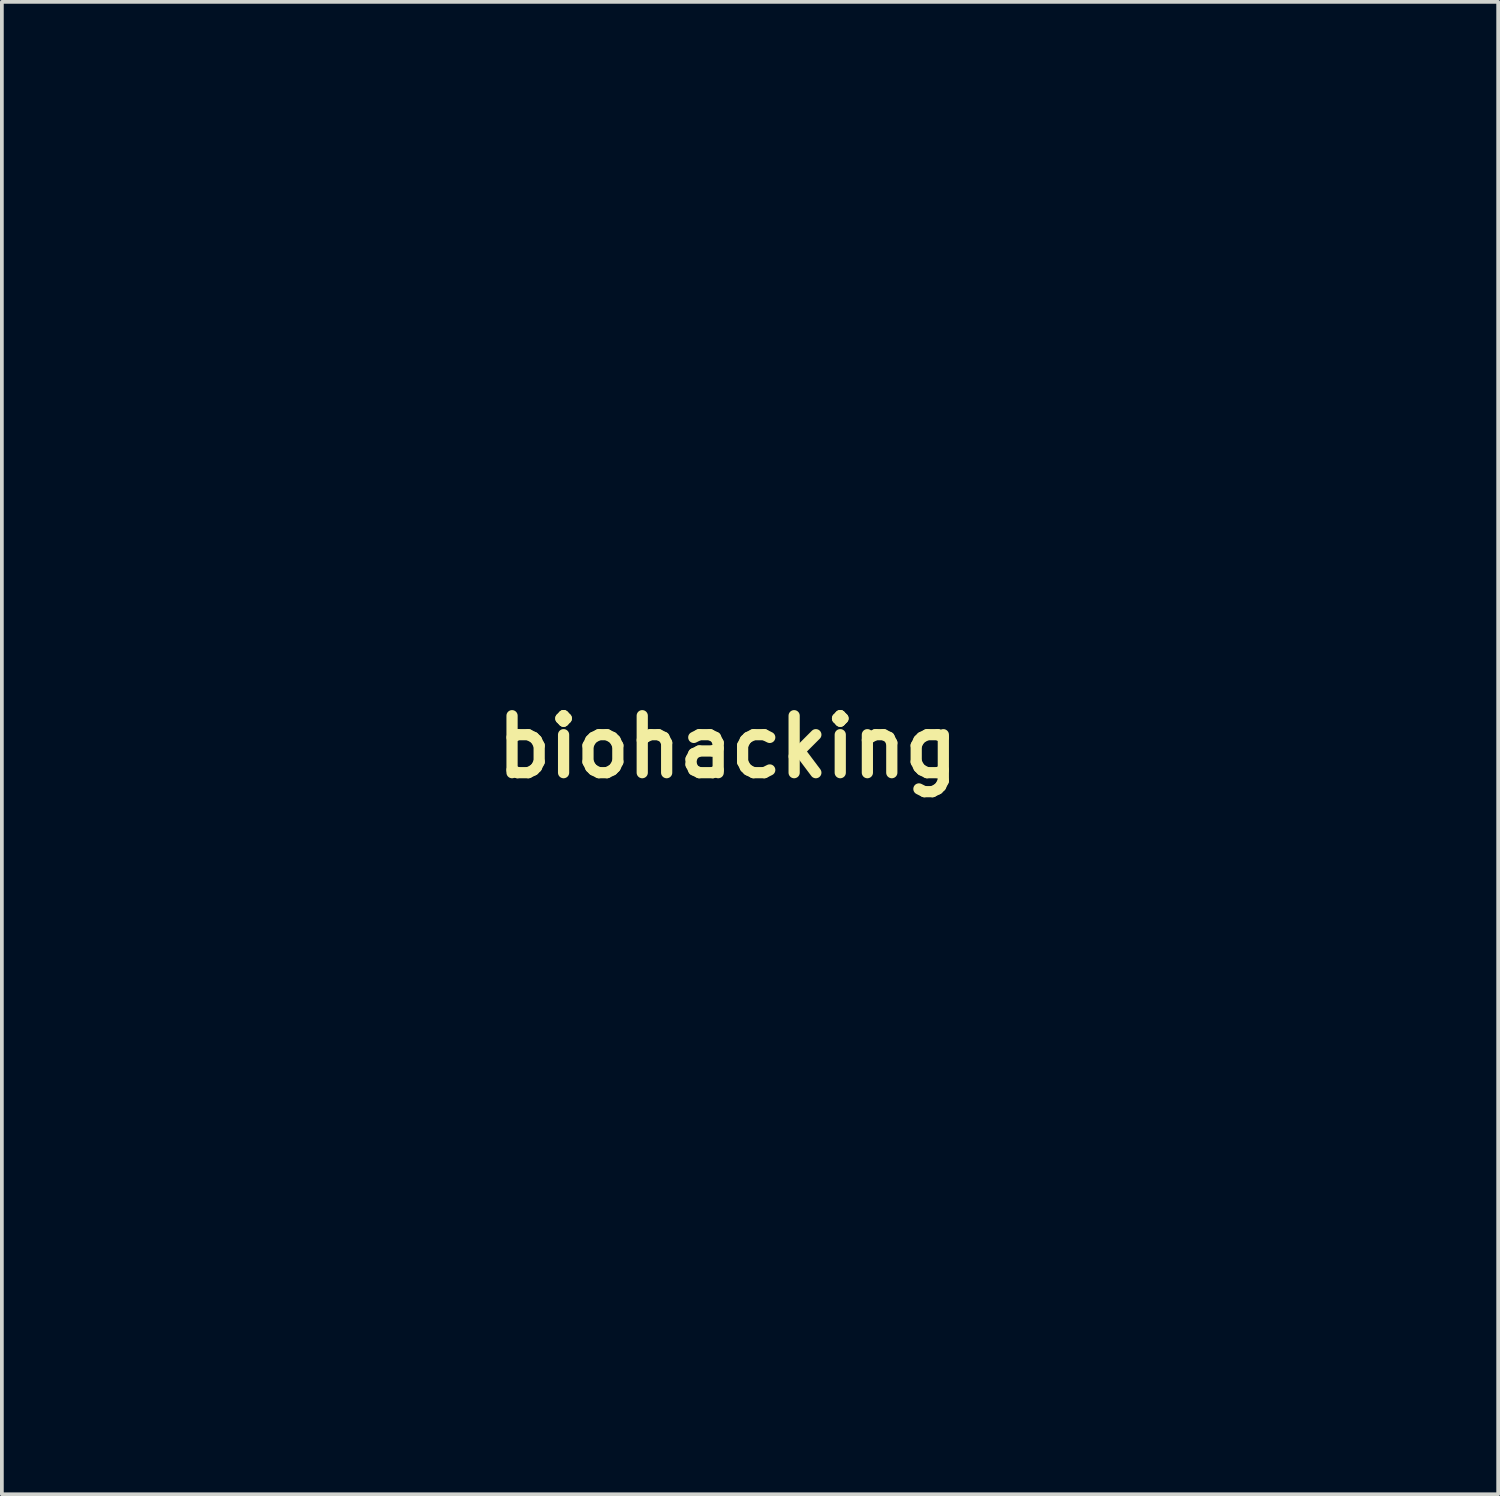
<source format=kicad_pcb>
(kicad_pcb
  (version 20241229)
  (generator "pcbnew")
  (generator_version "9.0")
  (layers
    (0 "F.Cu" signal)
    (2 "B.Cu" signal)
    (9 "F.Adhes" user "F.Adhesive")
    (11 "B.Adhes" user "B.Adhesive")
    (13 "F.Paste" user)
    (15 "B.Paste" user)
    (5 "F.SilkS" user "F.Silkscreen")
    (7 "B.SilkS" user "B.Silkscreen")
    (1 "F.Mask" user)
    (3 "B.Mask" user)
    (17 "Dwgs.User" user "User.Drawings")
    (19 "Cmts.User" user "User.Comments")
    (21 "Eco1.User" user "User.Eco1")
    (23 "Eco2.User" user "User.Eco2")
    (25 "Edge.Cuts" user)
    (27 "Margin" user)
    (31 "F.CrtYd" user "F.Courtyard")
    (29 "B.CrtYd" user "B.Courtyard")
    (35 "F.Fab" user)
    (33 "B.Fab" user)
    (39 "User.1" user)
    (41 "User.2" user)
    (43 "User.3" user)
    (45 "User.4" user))
  (footprint "biohacking"
    (layer "F.Cu")
    (at 16.419 16.933)
    (property "Reference" "biohacking" (at 0 0 0) (layer "F.SilkS") (effects (font (size 1.524 1.524) (thickness 0.3))))
    (attr through_hole)
    (fp_poly (pts (xy -12.578 4.315) (xy -12.534 4.397) (xy -12.531 4.443) (xy -12.606 4.507) (xy -12.806 4.606) (xy -13.094 4.727) (xy -13.433 4.856) (xy -13.787 4.981) (xy -14.117 5.087) (xy -14.386 5.162) (xy -14.559 5.192) (xy -14.599 5.185) (xy -14.642 5.067) (xy -14.647 5) (xy -14.595 4.919) (xy -14.428 4.822) (xy -14.129 4.7) (xy -13.682 4.545) (xy -13.674 4.543) (xy -13.219 4.398) (xy -12.899 4.313) (xy -12.693 4.286) (xy -12.578 4.315)) (stroke (width 0.01) (type solid)) (fill yes) (layer "F.Mask"))
    (fp_poly (pts (xy -7.686 11.149) (xy -7.639 11.197) (xy -7.63 11.289) (xy -7.705 11.461) (xy -7.872 11.729) (xy -8.14 12.107) (xy -8.414 12.481) (xy -8.606 12.737) (xy -8.735 12.895) (xy -8.821 12.972) (xy -8.884 12.987) (xy -8.942 12.958) (xy -8.994 12.919) (xy -9.047 12.863) (xy -9.053 12.785) (xy -8.999 12.661) (xy -8.875 12.466) (xy -8.666 12.177) (xy -8.498 11.951) (xy -8.251 11.626) (xy -8.037 11.358) (xy -7.877 11.171) (xy -7.794 11.092) (xy -7.791 11.091) (xy -7.686 11.149)) (stroke (width 0.01) (type solid)) (fill yes) (layer "F.Mask"))
    (fp_poly (pts (xy 10.096 -12.76) (xy 10.109 -12.695) (xy 10.06 -12.586) (xy 9.933 -12.382) (xy 9.755 -12.116) (xy 9.547 -11.82) (xy 9.334 -11.528) (xy 9.14 -11.274) (xy 8.989 -11.089) (xy 8.904 -11.009) (xy 8.899 -11.008) (xy 8.79 -11.049) (xy 8.732 -11.083) (xy 8.68 -11.12) (xy 8.66 -11.167) (xy 8.684 -11.248) (xy 8.764 -11.384) (xy 8.912 -11.598) (xy 9.141 -11.914) (xy 9.305 -12.138) (xy 9.596 -12.514) (xy 9.815 -12.753) (xy 9.957 -12.848) (xy 9.982 -12.849) (xy 10.096 -12.76)) (stroke (width 0.01) (type solid)) (fill yes) (layer "F.Mask"))
    (fp_poly (pts (xy 14.683 1.79) (xy 14.952 1.82) (xy 15.285 1.864) (xy 15.642 1.915) (xy 15.981 1.967) (xy 16.262 2.014) (xy 16.442 2.05) (xy 16.486 2.065) (xy 16.484 2.156) (xy 16.461 2.232) (xy 16.331 2.341) (xy 16.067 2.35) (xy 15.917 2.323) (xy 15.779 2.3) (xy 15.52 2.262) (xy 15.187 2.216) (xy 15.05 2.197) (xy 14.69 2.145) (xy 14.468 2.097) (xy 14.352 2.042) (xy 14.311 1.97) (xy 14.309 1.939) (xy 14.363 1.811) (xy 14.521 1.778) (xy 14.683 1.79)) (stroke (width 0.01) (type solid)) (fill yes) (layer "F.Mask"))
    (fp_poly (pts (xy 15.736 -5.095) (xy 15.771 -4.999) (xy 15.772 -4.922) (xy 15.714 -4.851) (xy 15.571 -4.773) (xy 15.319 -4.674) (xy 14.933 -4.542) (xy 14.871 -4.521) (xy 14.492 -4.395) (xy 14.168 -4.287) (xy 13.936 -4.209) (xy 13.833 -4.174) (xy 13.741 -4.215) (xy 13.691 -4.318) (xy 13.693 -4.476) (xy 13.744 -4.535) (xy 13.944 -4.605) (xy 14.232 -4.703) (xy 14.57 -4.816) (xy 14.92 -4.931) (xy 15.241 -5.035) (xy 15.497 -5.115) (xy 15.647 -5.16) (xy 15.67 -5.165) (xy 15.736 -5.095)) (stroke (width 0.01) (type solid)) (fill yes) (layer "F.Mask"))
    (fp_poly (pts (xy -15.13 -2.331) (xy -14.921 -2.303) (xy -14.623 -2.261) (xy -14.275 -2.21) (xy -13.916 -2.158) (xy -13.586 -2.108) (xy -13.323 -2.068) (xy -13.168 -2.043) (xy -13.145 -2.038) (xy -13.127 -1.961) (xy -13.123 -1.863) (xy -13.131 -1.784) (xy -13.169 -1.733) (xy -13.263 -1.711) (xy -13.437 -1.716) (xy -13.717 -1.749) (xy -14.127 -1.81) (xy -14.393 -1.851) (xy -14.789 -1.916) (xy -15.045 -1.968) (xy -15.189 -2.017) (xy -15.249 -2.075) (xy -15.254 -2.15) (xy -15.253 -2.159) (xy -15.224 -2.302) (xy -15.211 -2.339) (xy -15.13 -2.331)) (stroke (width 0.01) (type solid)) (fill yes) (layer "F.Mask"))
    (fp_poly (pts (xy -12.818 -3.431) (xy -12.815 -3.323) (xy -12.861 -3.136) (xy -12.912 -2.9) (xy -12.965 -2.716) (xy -13.019 -2.634) (xy -13.024 -2.634) (xy -13.124 -2.655) (xy -13.355 -2.708) (xy -13.681 -2.784) (xy -14.055 -2.873) (xy -14.475 -2.975) (xy -14.757 -3.056) (xy -14.929 -3.125) (xy -15.019 -3.195) (xy -15.054 -3.277) (xy -15.055 -3.287) (xy -15.068 -3.376) (xy -15.056 -3.432) (xy -14.993 -3.453) (xy -14.854 -3.44) (xy -14.61 -3.391) (xy -14.236 -3.307) (xy -14.082 -3.272) (xy -13.219 -3.075) (xy -13.17 -3.273) (xy -13.063 -3.439) (xy -12.947 -3.471) (xy -12.818 -3.431)) (stroke (width 0.01) (type solid)) (fill yes) (layer "F.Mask"))
    (fp_poly (pts (xy -14.533 -4.782) (xy -14.299 -4.732) (xy -13.983 -4.643) (xy -13.746 -4.568) (xy -13.365 -4.446) (xy -13.112 -4.379) (xy -12.96 -4.363) (xy -12.879 -4.392) (xy -12.861 -4.414) (xy -12.794 -4.575) (xy -12.786 -4.628) (xy -12.718 -4.689) (xy -12.615 -4.681) (xy -12.502 -4.646) (xy -12.458 -4.589) (xy -12.475 -4.462) (xy -12.544 -4.222) (xy -12.601 -4.061) (xy -12.674 -3.959) (xy -12.791 -3.916) (xy -12.978 -3.931) (xy -13.26 -4.005) (xy -13.665 -4.137) (xy -13.864 -4.205) (xy -14.304 -4.367) (xy -14.587 -4.502) (xy -14.723 -4.618) (xy -14.721 -4.72) (xy -14.645 -4.785) (xy -14.533 -4.782)) (stroke (width 0.01) (type solid)) (fill yes) (layer "F.Mask"))
    (fp_poly (pts (xy 14.041 3.936) (xy 14.176 3.982) (xy 14.432 4.064) (xy 14.77 4.169) (xy 15.048 4.255) (xy 15.456 4.387) (xy 15.721 4.49) (xy 15.867 4.578) (xy 15.917 4.659) (xy 15.917 4.669) (xy 15.886 4.813) (xy 15.854 4.85) (xy 15.752 4.84) (xy 15.525 4.786) (xy 15.209 4.697) (xy 14.922 4.609) (xy 14.539 4.49) (xy 14.289 4.421) (xy 14.143 4.397) (xy 14.075 4.416) (xy 14.055 4.473) (xy 14.055 4.491) (xy 13.994 4.671) (xy 13.839 4.729) (xy 13.758 4.711) (xy 13.694 4.659) (xy 13.691 4.548) (xy 13.752 4.334) (xy 13.772 4.274) (xy 13.87 4.034) (xy 13.96 3.934) (xy 14.041 3.936)) (stroke (width 0.01) (type solid)) (fill yes) (layer "F.Mask"))
    (fp_poly (pts (xy 14.259 2.741) (xy 14.481 2.777) (xy 14.805 2.838) (xy 15.197 2.918) (xy 15.259 2.931) (xy 15.697 3.026) (xy 15.994 3.1) (xy 16.174 3.161) (xy 16.262 3.218) (xy 16.283 3.281) (xy 16.278 3.313) (xy 16.241 3.401) (xy 16.168 3.449) (xy 16.029 3.456) (xy 15.797 3.423) (xy 15.442 3.348) (xy 15.24 3.302) (xy 14.863 3.215) (xy 14.62 3.165) (xy 14.481 3.151) (xy 14.414 3.175) (xy 14.39 3.236) (xy 14.378 3.322) (xy 14.293 3.486) (xy 14.19 3.543) (xy 14.096 3.544) (xy 14.059 3.476) (xy 14.068 3.297) (xy 14.085 3.169) (xy 14.123 2.927) (xy 14.157 2.768) (xy 14.169 2.736) (xy 14.259 2.741)) (stroke (width 0.01) (type solid)) (fill yes) (layer "F.Mask"))
    (fp_poly (pts (xy 7.913 11.882) (xy 8.003 11.971) (xy 8.168 12.206) (xy 8.409 12.588) (xy 8.726 13.118) (xy 8.838 13.309) (xy 9.07 13.707) (xy 8.729 13.881) (xy 8.489 14) (xy 8.355 14.043) (xy 8.285 14.012) (xy 8.237 13.912) (xy 8.237 13.912) (xy 8.227 13.779) (xy 8.261 13.741) (xy 8.461 13.643) (xy 8.508 13.522) (xy 8.425 13.347) (xy 8.298 13.199) (xy 8.177 13.186) (xy 8.128 13.208) (xy 7.972 13.233) (xy 7.854 13.166) (xy 7.813 13.055) (xy 7.891 12.946) (xy 7.899 12.942) (xy 8.008 12.857) (xy 8.029 12.748) (xy 7.958 12.573) (xy 7.824 12.348) (xy 7.697 12.127) (xy 7.666 11.998) (xy 7.718 11.928) (xy 7.865 11.878) (xy 7.913 11.882)) (stroke (width 0.01) (type solid)) (fill yes) (layer "F.Mask"))
    (fp_poly (pts (xy -7.029 -13.929) (xy -6.947 -13.804) (xy -7.014 -13.651) (xy -7.087 -13.586) (xy -7.182 -13.483) (xy -7.167 -13.345) (xy -7.131 -13.258) (xy -7.025 -13.1) (xy -6.88 -13.075) (xy -6.826 -13.086) (xy -6.636 -13.087) (xy -6.546 -13.002) (xy -6.585 -12.873) (xy -6.648 -12.816) (xy -6.73 -12.742) (xy -6.747 -12.655) (xy -6.692 -12.509) (xy -6.573 -12.283) (xy -6.447 -12.043) (xy -6.398 -11.907) (xy -6.421 -11.832) (xy -6.507 -11.775) (xy -6.583 -11.753) (xy -6.663 -11.786) (xy -6.764 -11.896) (xy -6.903 -12.105) (xy -7.1 -12.433) (xy -7.187 -12.583) (xy -7.386 -12.933) (xy -7.55 -13.231) (xy -7.662 -13.446) (xy -7.705 -13.547) (xy -7.705 -13.548) (xy -7.636 -13.643) (xy -7.47 -13.762) (xy -7.271 -13.87) (xy -7.099 -13.931) (xy -7.029 -13.929)) (stroke (width 0.01) (type solid)) (fill yes) (layer "F.Mask"))
    (fp_poly (pts (xy 10.925 10.837) (xy 11.686 11.642) (xy 11.39 11.917) (xy 11.182 12.081) (xy 10.999 12.18) (xy 10.94 12.192) (xy 10.822 12.131) (xy 10.625 11.967) (xy 10.377 11.725) (xy 10.177 11.51) (xy 9.928 11.225) (xy 9.728 10.982) (xy 9.601 10.812) (xy 9.567 10.747) (xy 9.58 10.722) (xy 10.045 10.722) (xy 10.11 10.854) (xy 10.277 11.06) (xy 10.458 11.255) (xy 10.726 11.529) (xy 10.906 11.691) (xy 11.02 11.756) (xy 11.092 11.74) (xy 11.12 11.705) (xy 11.084 11.618) (xy 10.957 11.44) (xy 10.761 11.202) (xy 10.663 11.092) (xy 10.408 10.82) (xy 10.235 10.667) (xy 10.124 10.618) (xy 10.068 10.641) (xy 10.045 10.722) (xy 9.58 10.722) (xy 9.621 10.643) (xy 9.759 10.468) (xy 9.866 10.349) (xy 10.165 10.033) (xy 10.925 10.837)) (stroke (width 0.01) (type solid)) (fill yes) (layer "F.Mask"))
    (fp_poly (pts (xy 16.585 0.305) (xy 16.581 0.434) (xy 16.548 0.546) (xy 16.462 0.614) (xy 16.282 0.656) (xy 16.022 0.686) (xy 15.673 0.727) (xy 15.492 0.768) (xy 15.478 0.811) (xy 15.63 0.855) (xy 15.808 0.885) (xy 16.18 0.944) (xy 16.414 0.998) (xy 16.54 1.059) (xy 16.59 1.14) (xy 16.595 1.195) (xy 16.525 1.315) (xy 16.345 1.354) (xy 16.129 1.312) (xy 16.014 1.282) (xy 15.774 1.225) (xy 15.449 1.151) (xy 15.219 1.1) (xy 14.841 1.013) (xy 14.6 0.945) (xy 14.464 0.882) (xy 14.406 0.811) (xy 14.393 0.723) (xy 14.404 0.633) (xy 14.458 0.57) (xy 14.584 0.523) (xy 14.815 0.481) (xy 15.181 0.434) (xy 15.219 0.429) (xy 15.61 0.381) (xy 15.969 0.333) (xy 16.24 0.295) (xy 16.327 0.281) (xy 16.516 0.26) (xy 16.585 0.305)) (stroke (width 0.01) (type solid)) (fill yes) (layer "F.Mask"))
    (fp_poly (pts (xy -15.155 -1.322) (xy -14.9 -1.272) (xy -14.52 -1.183) (xy -14.224 -1.112) (xy -13.803 -1.007) (xy -13.52 -0.925) (xy -13.348 -0.855) (xy -13.258 -0.784) (xy -13.225 -0.702) (xy -13.224 -0.696) (xy -13.218 -0.608) (xy -13.25 -0.543) (xy -13.344 -0.493) (xy -13.526 -0.449) (xy -13.823 -0.404) (xy -14.26 -0.348) (xy -14.301 -0.342) (xy -14.752 -0.289) (xy -15.062 -0.262) (xy -15.257 -0.262) (xy -15.362 -0.293) (xy -15.404 -0.354) (xy -15.409 -0.412) (xy -15.344 -0.53) (xy -15.142 -0.613) (xy -14.792 -0.665) (xy -14.393 -0.686) (xy -14.222 -0.693) (xy -14.168 -0.709) (xy -14.245 -0.738) (xy -14.466 -0.79) (xy -14.69 -0.837) (xy -15.031 -0.914) (xy -15.239 -0.98) (xy -15.347 -1.052) (xy -15.391 -1.146) (xy -15.394 -1.166) (xy -15.403 -1.257) (xy -15.382 -1.314) (xy -15.307 -1.336) (xy -15.155 -1.322)) (stroke (width 0.01) (type solid)) (fill yes) (layer "F.Mask"))
    (fp_poly (pts (xy -10.969 7.713) (xy -10.931 7.744) (xy -10.845 7.872) (xy -10.885 8.013) (xy -10.908 8.053) (xy -10.975 8.222) (xy -10.902 8.313) (xy -10.683 8.34) (xy -10.496 8.386) (xy -10.434 8.473) (xy -10.474 8.56) (xy -10.634 8.681) (xy -10.926 8.845) (xy -11.33 9.044) (xy -11.695 9.215) (xy -12.007 9.354) (xy -12.233 9.448) (xy -12.34 9.483) (xy -12.34 9.483) (xy -12.442 9.415) (xy -12.48 9.347) (xy -12.453 9.227) (xy -12.311 9.011) (xy -12.222 8.902) (xy -11.811 8.902) (xy -11.493 8.753) (xy -11.289 8.633) (xy -11.245 8.539) (xy -11.261 8.517) (xy -11.374 8.505) (xy -11.553 8.64) (xy -11.579 8.666) (xy -11.811 8.902) (xy -12.222 8.902) (xy -12.05 8.694) (xy -11.797 8.412) (xy -11.493 8.084) (xy -11.279 7.866) (xy -11.135 7.743) (xy -11.038 7.697) (xy -10.969 7.713)) (stroke (width 0.01) (type solid)) (fill yes) (layer "F.Mask"))
    (fp_poly (pts (xy -11.691 6.6) (xy -11.544 6.744) (xy -11.423 6.966) (xy -11.362 7.192) (xy -11.371 7.312) (xy -11.467 7.408) (xy -11.676 7.551) (xy -11.958 7.72) (xy -12.273 7.893) (xy -12.581 8.047) (xy -12.84 8.161) (xy -13.011 8.212) (xy -13.026 8.213) (xy -13.202 8.148) (xy -13.33 8.024) (xy -13.439 7.766) (xy -13.431 7.512) (xy -13.321 7.31) (xy -13.124 7.205) (xy -13.069 7.199) (xy -12.951 7.259) (xy -12.917 7.399) (xy -12.978 7.547) (xy -13.016 7.583) (xy -13.111 7.706) (xy -13.081 7.779) (xy -12.97 7.783) (xy -12.764 7.713) (xy -12.504 7.59) (xy -12.232 7.44) (xy -11.991 7.284) (xy -11.823 7.146) (xy -11.769 7.057) (xy -11.817 6.972) (xy -11.949 6.988) (xy -12.137 6.977) (xy -12.259 6.847) (xy -12.275 6.766) (xy -12.205 6.678) (xy -12.036 6.608) (xy -11.84 6.576) (xy -11.691 6.6)) (stroke (width 0.01) (type solid)) (fill yes) (layer "F.Mask"))
    (fp_poly (pts (xy -4.749 -14.774) (xy -4.71 -14.722) (xy -4.608 -14.543) (xy -4.572 -14.423) (xy -4.635 -14.318) (xy -4.773 -14.294) (xy -4.913 -14.357) (xy -4.954 -14.407) (xy -5.069 -14.504) (xy -5.144 -14.491) (xy -5.181 -14.415) (xy -5.157 -14.252) (xy -5.066 -13.979) (xy -4.971 -13.737) (xy -4.81 -13.371) (xy -4.686 -13.159) (xy -4.601 -13.106) (xy -4.597 -13.108) (xy -4.522 -13.233) (xy -4.515 -13.333) (xy -4.473 -13.48) (xy -4.351 -13.525) (xy -4.21 -13.46) (xy -4.15 -13.379) (xy -4.092 -13.131) (xy -4.192 -12.926) (xy -4.419 -12.792) (xy -4.689 -12.714) (xy -4.857 -12.718) (xy -4.969 -12.803) (xy -4.971 -12.806) (xy -5.057 -12.96) (xy -5.174 -13.222) (xy -5.303 -13.544) (xy -5.425 -13.878) (xy -5.524 -14.176) (xy -5.581 -14.389) (xy -5.588 -14.446) (xy -5.52 -14.663) (xy -5.31 -14.808) (xy -5.104 -14.867) (xy -4.893 -14.876) (xy -4.749 -14.774)) (stroke (width 0.01) (type solid)) (fill yes) (layer "F.Mask"))
    (fp_poly (pts (xy -8.244 -13.083) (xy -8.256 -12.922) (xy -8.335 -12.79) (xy -8.43 -12.644) (xy -8.396 -12.502) (xy -8.367 -12.454) (xy -8.217 -12.298) (xy -8.061 -12.309) (xy -7.983 -12.37) (xy -7.888 -12.402) (xy -7.794 -12.284) (xy -7.741 -12.138) (xy -7.807 -12.063) (xy -7.828 -12.055) (xy -7.94 -11.978) (xy -7.928 -11.86) (xy -7.805 -11.682) (xy -7.674 -11.555) (xy -7.547 -11.554) (xy -7.455 -11.597) (xy -7.296 -11.658) (xy -7.204 -11.611) (xy -7.187 -11.587) (xy -7.122 -11.462) (xy -7.114 -11.43) (xy -7.177 -11.36) (xy -7.328 -11.244) (xy -7.51 -11.121) (xy -7.665 -11.03) (xy -7.728 -11.007) (xy -7.803 -11.07) (xy -7.944 -11.235) (xy -8.109 -11.451) (xy -8.441 -11.906) (xy -8.681 -12.244) (xy -8.836 -12.488) (xy -8.912 -12.661) (xy -8.915 -12.783) (xy -8.851 -12.877) (xy -8.726 -12.966) (xy -8.557 -13.065) (xy -8.38 -13.159) (xy -8.292 -13.162) (xy -8.244 -13.083)) (stroke (width 0.01) (type solid)) (fill yes) (layer "F.Mask"))
    (fp_poly (pts (xy 6.187 12.885) (xy 6.266 12.978) (xy 6.378 13.192) (xy 6.509 13.486) (xy 6.641 13.818) (xy 6.759 14.147) (xy 6.848 14.432) (xy 6.89 14.633) (xy 6.887 14.694) (xy 6.754 14.839) (xy 6.513 14.945) (xy 6.231 14.986) (xy 6.036 14.907) (xy 5.936 14.761) (xy 5.877 14.584) (xy 5.915 14.487) (xy 5.944 14.466) (xy 6.112 14.399) (xy 6.215 14.476) (xy 6.235 14.52) (xy 6.322 14.616) (xy 6.442 14.649) (xy 6.517 14.604) (xy 6.52 14.584) (xy 6.488 14.439) (xy 6.404 14.209) (xy 6.287 13.934) (xy 6.158 13.658) (xy 6.035 13.422) (xy 5.939 13.269) (xy 5.895 13.235) (xy 5.822 13.335) (xy 5.815 13.428) (xy 5.765 13.607) (xy 5.619 13.71) (xy 5.58 13.715) (xy 5.49 13.644) (xy 5.421 13.474) (xy 5.392 13.276) (xy 5.419 13.122) (xy 5.558 13.003) (xy 5.789 12.911) (xy 6.036 12.869) (xy 6.187 12.885)) (stroke (width 0.01) (type solid)) (fill yes) (layer "F.Mask"))
    (fp_poly (pts (xy 9.056 11.155) (xy 9.198 11.325) (xy 9.389 11.568) (xy 9.603 11.852) (xy 9.817 12.144) (xy 10.006 12.411) (xy 10.146 12.62) (xy 10.211 12.735) (xy 10.177 12.859) (xy 10.027 13.024) (xy 9.967 13.072) (xy 9.757 13.226) (xy 9.639 13.28) (xy 9.573 13.241) (xy 9.53 13.148) (xy 9.548 12.977) (xy 9.643 12.873) (xy 9.755 12.773) (xy 9.754 12.685) (xy 9.651 12.547) (xy 9.509 12.416) (xy 9.376 12.416) (xy 9.326 12.439) (xy 9.164 12.478) (xy 9.056 12.399) (xy 8.999 12.281) (xy 9.082 12.175) (xy 9.106 12.157) (xy 9.207 12.066) (xy 9.205 11.971) (xy 9.116 11.821) (xy 8.996 11.655) (xy 8.898 11.611) (xy 8.753 11.667) (xy 8.706 11.692) (xy 8.535 11.74) (xy 8.436 11.685) (xy 8.408 11.592) (xy 8.498 11.461) (xy 8.633 11.338) (xy 8.821 11.19) (xy 8.957 11.102) (xy 8.986 11.091) (xy 9.056 11.155)) (stroke (width 0.01) (type solid)) (fill yes) (layer "F.Mask"))
    (fp_poly (pts (xy 15.153 -6.642) (xy 15.111 -6.513) (xy 14.93 -6.369) (xy 14.753 -6.279) (xy 14.351 -6.102) (xy 14.871 -6.099) (xy 15.184 -6.085) (xy 15.363 -6.043) (xy 15.442 -5.965) (xy 15.443 -5.962) (xy 15.48 -5.844) (xy 15.456 -5.779) (xy 15.342 -5.755) (xy 15.106 -5.763) (xy 14.922 -5.775) (xy 14.351 -5.816) (xy 13.974 -5.363) (xy 13.778 -5.138) (xy 13.621 -4.976) (xy 13.536 -4.911) (xy 13.535 -4.911) (xy 13.464 -4.98) (xy 13.417 -5.088) (xy 13.417 -5.247) (xy 13.532 -5.435) (xy 13.64 -5.554) (xy 13.795 -5.74) (xy 13.812 -5.829) (xy 13.695 -5.819) (xy 13.461 -5.715) (xy 13.287 -5.636) (xy 13.194 -5.652) (xy 13.126 -5.752) (xy 13.082 -5.896) (xy 13.102 -5.955) (xy 13.287 -6.053) (xy 13.565 -6.181) (xy 13.896 -6.323) (xy 14.244 -6.465) (xy 14.571 -6.591) (xy 14.838 -6.685) (xy 15.008 -6.734) (xy 15.045 -6.736) (xy 15.153 -6.642)) (stroke (width 0.01) (type solid)) (fill yes) (layer "F.Mask"))
    (fp_poly (pts (xy -12.307 5.127) (xy -12.312 5.304) (xy -12.412 5.503) (xy -12.485 5.585) (xy -12.655 5.768) (xy -12.683 5.862) (xy -12.57 5.863) (xy -12.389 5.799) (xy -12.173 5.723) (xy -12.056 5.73) (xy -12.009 5.777) (xy -11.961 5.921) (xy -11.965 5.963) (xy -12.044 6.015) (xy -12.242 6.117) (xy -12.523 6.253) (xy -12.851 6.406) (xy -13.189 6.559) (xy -13.502 6.695) (xy -13.752 6.799) (xy -13.903 6.854) (xy -13.927 6.858) (xy -13.974 6.792) (xy -14.003 6.724) (xy -14.042 6.602) (xy -14.019 6.523) (xy -13.901 6.447) (xy -13.695 6.353) (xy -13.335 6.193) (xy -13.777 6.187) (xy -14.061 6.168) (xy -14.225 6.11) (xy -14.306 6.017) (xy -14.376 5.869) (xy -14.393 5.812) (xy -14.316 5.797) (xy -14.112 5.795) (xy -13.822 5.807) (xy -13.78 5.809) (xy -13.166 5.849) (xy -12.827 5.423) (xy -12.64 5.208) (xy -12.486 5.064) (xy -12.404 5.024) (xy -12.307 5.127)) (stroke (width 0.01) (type solid)) (fill yes) (layer "F.Mask"))
    (fp_poly (pts (xy -3.254 -15.365) (xy -3.155 -15.272) (xy -3.065 -15.085) (xy -2.968 -14.78) (xy -2.858 -14.377) (xy -2.758 -13.977) (xy -2.707 -13.706) (xy -2.701 -13.534) (xy -2.736 -13.428) (xy -2.742 -13.419) (xy -2.874 -13.329) (xy -3.089 -13.258) (xy -3.321 -13.219) (xy -3.508 -13.224) (xy -3.578 -13.262) (xy -3.618 -13.37) (xy -3.689 -13.604) (xy -3.78 -13.927) (xy -3.857 -14.208) (xy -3.967 -14.64) (xy -4.004 -14.857) (xy -3.581 -14.857) (xy -3.565 -14.581) (xy -3.468 -14.158) (xy -3.433 -14.034) (xy -3.325 -13.72) (xy -3.229 -13.567) (xy -3.14 -13.567) (xy -3.098 -13.619) (xy -3.094 -13.734) (xy -3.134 -13.949) (xy -3.205 -14.22) (xy -3.292 -14.504) (xy -3.382 -14.756) (xy -3.462 -14.931) (xy -3.517 -14.986) (xy -3.581 -14.857) (xy -4.004 -14.857) (xy -4.018 -14.939) (xy -4.004 -15.134) (xy -3.917 -15.253) (xy -3.749 -15.325) (xy -3.551 -15.367) (xy -3.381 -15.389) (xy -3.254 -15.365)) (stroke (width 0.01) (type solid)) (fill yes) (layer "F.Mask"))
    (fp_poly (pts (xy 12.213 7.834) (xy 12.408 7.952) (xy 12.675 8.123) (xy 12.981 8.323) (xy 13.292 8.531) (xy 13.574 8.725) (xy 13.794 8.882) (xy 13.877 8.944) (xy 13.852 9.019) (xy 13.763 9.18) (xy 13.645 9.373) (xy 13.531 9.546) (xy 13.452 9.644) (xy 13.44 9.651) (xy 13.362 9.611) (xy 13.293 9.569) (xy 13.212 9.486) (xy 13.242 9.369) (xy 13.282 9.3) (xy 13.35 9.152) (xy 13.303 9.042) (xy 13.207 8.957) (xy 13.056 8.856) (xy 12.949 8.869) (xy 12.876 8.926) (xy 12.712 9.007) (xy 12.586 8.967) (xy 12.548 8.84) (xy 12.59 8.73) (xy 12.642 8.599) (xy 12.576 8.495) (xy 12.478 8.425) (xy 12.272 8.338) (xy 12.104 8.346) (xy 12.024 8.445) (xy 12.023 8.464) (xy 11.961 8.539) (xy 11.833 8.54) (xy 11.725 8.465) (xy 11.734 8.345) (xy 11.816 8.157) (xy 11.936 7.962) (xy 12.058 7.822) (xy 12.123 7.789) (xy 12.213 7.834)) (stroke (width 0.01) (type solid)) (fill yes) (layer "F.Mask"))
    (fp_poly (pts (xy -12.669 -8.02) (xy -12.562 -7.871) (xy -12.59 -7.734) (xy -12.727 -7.663) (xy -12.836 -7.672) (xy -12.998 -7.68) (xy -13.038 -7.608) (xy -12.968 -7.509) (xy -12.788 -7.373) (xy -12.541 -7.222) (xy -12.27 -7.08) (xy -12.018 -6.97) (xy -11.83 -6.914) (xy -11.754 -6.924) (xy -11.741 -7.024) (xy -11.844 -7.131) (xy -12.011 -7.212) (xy -12.193 -7.238) (xy -12.241 -7.23) (xy -12.408 -7.226) (xy -12.48 -7.268) (xy -12.485 -7.389) (xy -12.434 -7.566) (xy -12.357 -7.725) (xy -12.284 -7.789) (xy -12.19 -7.749) (xy -11.995 -7.648) (xy -11.79 -7.533) (xy -11.491 -7.323) (xy -11.351 -7.115) (xy -11.361 -6.882) (xy -11.482 -6.643) (xy -11.607 -6.506) (xy -11.765 -6.456) (xy -11.982 -6.498) (xy -12.286 -6.637) (xy -12.581 -6.802) (xy -12.995 -7.052) (xy -13.271 -7.247) (xy -13.424 -7.407) (xy -13.469 -7.556) (xy -13.418 -7.715) (xy -13.287 -7.905) (xy -13.071 -8.091) (xy -12.843 -8.109) (xy -12.669 -8.02)) (stroke (width 0.01) (type solid)) (fill yes) (layer "F.Mask"))
    (fp_poly (pts (xy -12.029 -9.49) (xy -11.957 -9.412) (xy -11.988 -9.297) (xy -12.043 -9.208) (xy -12.123 -9.063) (xy -12.098 -8.97) (xy -11.945 -8.865) (xy -11.93 -8.856) (xy -11.759 -8.766) (xy -11.674 -8.769) (xy -11.632 -8.842) (xy -11.553 -8.96) (xy -11.428 -8.94) (xy -11.358 -8.899) (xy -11.287 -8.798) (xy -11.333 -8.66) (xy -11.37 -8.529) (xy -11.3 -8.412) (xy -11.175 -8.31) (xy -11.009 -8.194) (xy -10.923 -8.177) (xy -10.859 -8.257) (xy -10.837 -8.297) (xy -10.729 -8.442) (xy -10.601 -8.441) (xy -10.505 -8.387) (xy -10.446 -8.316) (xy -10.48 -8.202) (xy -10.615 -8.008) (xy -10.767 -7.825) (xy -10.882 -7.717) (xy -10.91 -7.705) (xy -11.001 -7.751) (xy -11.2 -7.875) (xy -11.478 -8.06) (xy -11.792 -8.276) (xy -12.112 -8.507) (xy -12.374 -8.709) (xy -12.55 -8.86) (xy -12.612 -8.936) (xy -12.563 -9.05) (xy -12.437 -9.23) (xy -12.383 -9.296) (xy -12.204 -9.471) (xy -12.074 -9.509) (xy -12.029 -9.49)) (stroke (width 0.01) (type solid)) (fill yes) (layer "F.Mask"))
    (fp_poly (pts (xy 4.708 13.342) (xy 4.834 13.45) (xy 4.948 13.674) (xy 5.071 14.034) (xy 5.129 14.229) (xy 5.254 14.692) (xy 5.318 15.019) (xy 5.323 15.231) (xy 5.271 15.35) (xy 5.247 15.369) (xy 4.998 15.475) (xy 4.741 15.513) (xy 4.549 15.474) (xy 4.536 15.465) (xy 4.453 15.34) (xy 4.349 15.095) (xy 4.238 14.775) (xy 4.134 14.428) (xy 4.05 14.097) (xy 4.001 13.829) (xy 3.997 13.731) (xy 4.36 13.731) (xy 4.366 13.821) (xy 4.412 14.032) (xy 4.486 14.321) (xy 4.578 14.648) (xy 4.676 14.971) (xy 4.701 15.05) (xy 4.804 15.142) (xy 4.875 15.155) (xy 4.974 15.105) (xy 4.975 15.05) (xy 4.935 14.919) (xy 4.867 14.676) (xy 4.784 14.373) (xy 4.782 14.364) (xy 4.665 14.009) (xy 4.544 13.783) (xy 4.427 13.701) (xy 4.36 13.731) (xy 3.997 13.731) (xy 3.996 13.689) (xy 4.105 13.518) (xy 4.344 13.388) (xy 4.551 13.328) (xy 4.708 13.342)) (stroke (width 0.01) (type solid)) (fill yes) (layer "F.Mask"))
    (fp_poly (pts (xy 13.289 6.623) (xy 13.617 6.779) (xy 13.77 6.858) (xy 14.212 7.107) (xy 14.505 7.317) (xy 14.658 7.507) (xy 14.682 7.693) (xy 14.586 7.892) (xy 14.467 8.036) (xy 14.27 8.188) (xy 14.08 8.185) (xy 13.93 8.098) (xy 13.822 7.948) (xy 13.849 7.804) (xy 13.989 7.727) (xy 14.064 7.726) (xy 14.222 7.709) (xy 14.278 7.662) (xy 14.225 7.584) (xy 14.058 7.462) (xy 13.819 7.318) (xy 13.55 7.174) (xy 13.293 7.054) (xy 13.09 6.978) (xy 12.983 6.97) (xy 12.981 6.972) (xy 12.98 7.067) (xy 13.086 7.183) (xy 13.247 7.282) (xy 13.411 7.327) (xy 13.473 7.32) (xy 13.667 7.3) (xy 13.74 7.394) (xy 13.686 7.595) (xy 13.668 7.63) (xy 13.537 7.885) (xy 13.102 7.639) (xy 12.78 7.44) (xy 12.6 7.274) (xy 12.545 7.116) (xy 12.599 6.937) (xy 12.632 6.88) (xy 12.766 6.682) (xy 12.898 6.574) (xy 13.061 6.554) (xy 13.289 6.623)) (stroke (width 0.01) (type solid)) (fill yes) (layer "F.Mask"))
    (fp_poly (pts (xy -13.901 -6.4) (xy -13.664 -6.366) (xy -13.343 -6.309) (xy -12.978 -6.238) (xy -12.609 -6.162) (xy -12.276 -6.088) (xy -12.021 -6.023) (xy -11.883 -5.978) (xy -11.873 -5.971) (xy -11.863 -5.876) (xy -11.953 -5.76) (xy -12.092 -5.682) (xy -12.15 -5.673) (xy -12.323 -5.622) (xy -12.397 -5.506) (xy -12.347 -5.379) (xy -12.299 -5.345) (xy -12.205 -5.244) (xy -12.241 -5.083) (xy -12.241 -5.081) (xy -12.281 -5.01) (xy -12.338 -4.98) (xy -12.436 -5.003) (xy -12.6 -5.089) (xy -12.855 -5.249) (xy -13.226 -5.491) (xy -13.231 -5.495) (xy -13.661 -5.79) (xy -13.853 -5.942) (xy -13.25 -5.942) (xy -12.996 -5.778) (xy -12.823 -5.69) (xy -12.72 -5.681) (xy -12.712 -5.691) (xy -12.708 -5.791) (xy -12.713 -5.798) (xy -12.808 -5.836) (xy -12.995 -5.885) (xy -12.997 -5.885) (xy -13.25 -5.942) (xy -13.853 -5.942) (xy -13.949 -6.018) (xy -14.102 -6.188) (xy -14.129 -6.31) (xy -14.038 -6.393) (xy -14.014 -6.404) (xy -13.901 -6.4)) (stroke (width 0.01) (type solid)) (fill yes) (layer "F.Mask"))
    (fp_poly (pts (xy 3.277 13.67) (xy 3.304 13.692) (xy 3.339 13.797) (xy 3.391 14.029) (xy 3.451 14.343) (xy 3.514 14.7) (xy 3.57 15.056) (xy 3.614 15.37) (xy 3.638 15.6) (xy 3.641 15.66) (xy 3.583 15.804) (xy 3.473 15.833) (xy 3.335 15.77) (xy 3.176 15.572) (xy 3.046 15.346) (xy 2.924 15.134) (xy 2.845 15.033) (xy 2.825 15.061) (xy 2.827 15.071) (xy 2.897 15.446) (xy 2.936 15.687) (xy 2.941 15.825) (xy 2.912 15.895) (xy 2.849 15.927) (xy 2.801 15.94) (xy 2.65 15.934) (xy 2.583 15.804) (xy 2.538 15.575) (xy 2.481 15.258) (xy 2.421 14.896) (xy 2.364 14.538) (xy 2.318 14.227) (xy 2.291 14.012) (xy 2.286 13.949) (xy 2.355 13.824) (xy 2.454 13.801) (xy 2.591 13.863) (xy 2.749 14.06) (xy 2.879 14.287) (xy 3.137 14.774) (xy 3.086 14.393) (xy 3.047 14.129) (xy 3.008 13.921) (xy 2.997 13.874) (xy 3.028 13.746) (xy 3.147 13.663) (xy 3.277 13.67)) (stroke (width 0.01) (type solid)) (fill yes) (layer "F.Mask"))
    (fp_poly (pts (xy 13.744 5.128) (xy 13.946 5.239) (xy 14.247 5.426) (xy 14.502 5.59) (xy 14.878 5.836) (xy 15.129 6.012) (xy 15.277 6.136) (xy 15.342 6.227) (xy 15.344 6.305) (xy 15.325 6.35) (xy 15.281 6.428) (xy 15.23 6.477) (xy 15.143 6.496) (xy 14.993 6.482) (xy 14.751 6.435) (xy 14.389 6.353) (xy 14.097 6.284) (xy 13.724 6.196) (xy 13.416 6.121) (xy 13.209 6.068) (xy 13.137 6.045) (xy 13.136 5.959) (xy 13.165 5.845) (xy 13.181 5.821) (xy 13.965 5.821) (xy 14.032 5.889) (xy 14.156 5.939) (xy 14.375 5.992) (xy 14.439 5.983) (xy 14.344 5.911) (xy 14.266 5.867) (xy 14.077 5.771) (xy 13.992 5.753) (xy 13.966 5.807) (xy 13.965 5.821) (xy 13.181 5.821) (xy 13.255 5.714) (xy 13.385 5.717) (xy 13.539 5.707) (xy 13.61 5.6) (xy 13.576 5.457) (xy 13.512 5.392) (xy 13.419 5.287) (xy 13.468 5.162) (xy 13.48 5.144) (xy 13.536 5.092) (xy 13.616 5.083) (xy 13.744 5.128)) (stroke (width 0.01) (type solid)) (fill yes) (layer "F.Mask"))
    (fp_poly (pts (xy 14.208 -8.175) (xy 14.343 -8.071) (xy 14.481 -7.875) (xy 14.505 -7.827) (xy 14.591 -7.628) (xy 14.59 -7.502) (xy 14.491 -7.372) (xy 14.425 -7.305) (xy 14.274 -7.164) (xy 14.187 -7.136) (xy 14.108 -7.211) (xy 14.083 -7.244) (xy 14.01 -7.381) (xy 14.065 -7.478) (xy 14.111 -7.513) (xy 14.205 -7.626) (xy 14.164 -7.714) (xy 14.066 -7.736) (xy 13.879 -7.674) (xy 13.584 -7.521) (xy 13.47 -7.456) (xy 13.193 -7.286) (xy 12.984 -7.144) (xy 12.876 -7.052) (xy 12.869 -7.038) (xy 12.928 -6.919) (xy 13.078 -6.922) (xy 13.129 -6.946) (xy 13.258 -6.976) (xy 13.333 -6.863) (xy 13.338 -6.847) (xy 13.334 -6.661) (xy 13.181 -6.551) (xy 12.946 -6.521) (xy 12.759 -6.57) (xy 12.608 -6.744) (xy 12.573 -6.805) (xy 12.485 -7.022) (xy 12.463 -7.195) (xy 12.468 -7.218) (xy 12.569 -7.328) (xy 12.782 -7.483) (xy 13.068 -7.661) (xy 13.388 -7.841) (xy 13.703 -8.002) (xy 13.974 -8.121) (xy 14.161 -8.177) (xy 14.208 -8.175)) (stroke (width 0.01) (type solid)) (fill yes) (layer "F.Mask"))
    (fp_poly (pts (xy -9.551 -12.047) (xy -9.367 -11.889) (xy -9.134 -11.664) (xy -8.884 -11.404) (xy -8.645 -11.142) (xy -8.449 -10.908) (xy -8.325 -10.734) (xy -8.297 -10.667) (xy -8.353 -10.548) (xy -8.489 -10.373) (xy -8.659 -10.189) (xy -8.819 -10.046) (xy -8.92 -9.994) (xy -9.011 -10.056) (xy -9.186 -10.221) (xy -9.419 -10.465) (xy -9.673 -10.747) (xy -9.93 -11.048) (xy -10.14 -11.307) (xy -10.281 -11.495) (xy -10.329 -11.583) (xy -10.319 -11.602) (xy -9.827 -11.602) (xy -9.793 -11.5) (xy -9.664 -11.322) (xy -9.431 -11.049) (xy -9.172 -10.762) (xy -8.997 -10.59) (xy -8.884 -10.516) (xy -8.811 -10.525) (xy -8.768 -10.576) (xy -8.797 -10.671) (xy -8.919 -10.853) (xy -9.109 -11.088) (xy -9.161 -11.148) (xy -9.372 -11.384) (xy -9.534 -11.568) (xy -9.619 -11.666) (xy -9.624 -11.673) (xy -9.708 -11.675) (xy -9.781 -11.653) (xy -9.827 -11.602) (xy -10.319 -11.602) (xy -10.263 -11.703) (xy -10.103 -11.858) (xy -9.904 -12.003) (xy -9.722 -12.095) (xy -9.657 -12.107) (xy -9.551 -12.047)) (stroke (width 0.01) (type solid)) (fill yes) (layer "F.Mask"))
    (fp_poly (pts (xy -8.867 10.218) (xy -8.686 10.358) (xy -8.512 10.531) (xy -8.399 10.686) (xy -8.382 10.742) (xy -8.438 10.856) (xy -8.587 11.053) (xy -8.798 11.301) (xy -9.043 11.568) (xy -9.29 11.822) (xy -9.51 12.031) (xy -9.673 12.163) (xy -9.737 12.192) (xy -9.903 12.142) (xy -10.1 12.021) (xy -10.106 12.017) (xy -10.261 11.842) (xy -10.303 11.728) (xy -9.894 11.728) (xy -9.885 11.75) (xy -9.801 11.831) (xy -9.781 11.834) (xy -9.72 11.765) (xy -9.573 11.601) (xy -9.367 11.373) (xy -9.276 11.273) (xy -9.028 10.986) (xy -8.895 10.793) (xy -8.864 10.676) (xy -8.883 10.641) (xy -8.982 10.649) (xy -9.148 10.762) (xy -9.349 10.946) (xy -9.554 11.169) (xy -9.734 11.396) (xy -9.858 11.594) (xy -9.894 11.728) (xy -10.303 11.728) (xy -10.327 11.663) (xy -10.327 11.657) (xy -10.271 11.519) (xy -10.124 11.302) (xy -9.915 11.037) (xy -9.675 10.759) (xy -9.431 10.501) (xy -9.214 10.296) (xy -9.054 10.177) (xy -9.003 10.16) (xy -8.867 10.218)) (stroke (width 0.01) (type solid)) (fill yes) (layer "F.Mask"))
    (fp_poly (pts (xy 11.004 -12.047) (xy 11.2 -11.901) (xy 11.362 -11.722) (xy 11.43 -11.563) (xy 11.43 -11.562) (xy 11.374 -11.434) (xy 11.227 -11.225) (xy 11.017 -10.967) (xy 10.775 -10.693) (xy 10.529 -10.435) (xy 10.309 -10.226) (xy 10.146 -10.099) (xy 10.087 -10.075) (xy 9.934 -10.133) (xy 9.747 -10.276) (xy 9.71 -10.313) (xy 9.563 -10.491) (xy 9.514 -10.579) (xy 9.953 -10.579) (xy 9.956 -10.571) (xy 10.011 -10.518) (xy 10.091 -10.535) (xy 10.217 -10.639) (xy 10.414 -10.847) (xy 10.577 -11.033) (xy 10.818 -11.316) (xy 10.953 -11.505) (xy 10.997 -11.623) (xy 10.964 -11.697) (xy 10.935 -11.718) (xy 10.849 -11.681) (xy 10.695 -11.543) (xy 10.501 -11.338) (xy 10.3 -11.104) (xy 10.121 -10.876) (xy 9.995 -10.689) (xy 9.953 -10.579) (xy 9.514 -10.579) (xy 9.486 -10.63) (xy 9.483 -10.651) (xy 9.539 -10.771) (xy 9.687 -10.973) (xy 9.899 -11.225) (xy 10.142 -11.494) (xy 10.389 -11.748) (xy 10.608 -11.955) (xy 10.77 -12.082) (xy 10.83 -12.107) (xy 11.004 -12.047)) (stroke (width 0.01) (type solid)) (fill yes) (layer "F.Mask"))
    (fp_poly (pts (xy 13.549 -9.353) (xy 13.549 -9.353) (xy 13.619 -9.216) (xy 13.618 -9.159) (xy 13.544 -9.053) (xy 13.381 -8.865) (xy 13.159 -8.622) (xy 12.905 -8.355) (xy 12.647 -8.093) (xy 12.414 -7.863) (xy 12.234 -7.697) (xy 12.134 -7.622) (xy 12.128 -7.62) (xy 12.027 -7.688) (xy 11.988 -7.758) (xy 11.991 -7.936) (xy 12.033 -8.014) (xy 12.086 -8.15) (xy 11.984 -8.232) (xy 11.782 -8.255) (xy 11.603 -8.296) (xy 11.557 -8.399) (xy 11.594 -8.455) (xy 12.326 -8.455) (xy 12.327 -8.454) (xy 12.379 -8.393) (xy 12.445 -8.419) (xy 12.574 -8.553) (xy 12.579 -8.558) (xy 12.683 -8.679) (xy 12.664 -8.697) (xy 12.511 -8.631) (xy 12.363 -8.537) (xy 12.326 -8.455) (xy 11.594 -8.455) (xy 11.624 -8.501) (xy 11.829 -8.647) (xy 12.035 -8.763) (xy 12.785 -8.763) (xy 12.827 -8.721) (xy 12.869 -8.763) (xy 12.827 -8.805) (xy 12.785 -8.763) (xy 12.035 -8.763) (xy 12.18 -8.844) (xy 12.504 -9.007) (xy 12.909 -9.202) (xy 13.19 -9.326) (xy 13.373 -9.386) (xy 13.484 -9.393) (xy 13.549 -9.353)) (stroke (width 0.01) (type solid)) (fill yes) (layer "F.Mask"))
    (fp_poly (pts (xy -13.385 1.099) (xy -13.257 1.22) (xy -13.183 1.442) (xy -13.165 1.529) (xy -13.147 1.728) (xy -13.192 1.869) (xy -13.325 1.967) (xy -13.572 2.038) (xy -13.955 2.096) (xy -14.102 2.113) (xy -14.526 2.161) (xy -14.813 2.187) (xy -14.996 2.193) (xy -15.108 2.178) (xy -15.179 2.14) (xy -15.223 2.1) (xy -15.299 1.941) (xy -15.327 1.709) (xy -15.309 1.47) (xy -15.248 1.29) (xy -15.191 1.237) (xy -14.94 1.183) (xy -14.778 1.235) (xy -14.732 1.355) (xy -14.785 1.493) (xy -14.859 1.524) (xy -14.962 1.595) (xy -14.986 1.699) (xy -14.947 1.829) (xy -14.838 1.832) (xy -14.683 1.804) (xy -14.415 1.769) (xy -14.092 1.735) (xy -14.072 1.733) (xy -13.742 1.686) (xy -13.541 1.624) (xy -13.479 1.558) (xy -13.565 1.499) (xy -13.808 1.457) (xy -13.828 1.455) (xy -14.043 1.456) (xy -14.131 1.514) (xy -14.139 1.561) (xy -14.21 1.67) (xy -14.309 1.693) (xy -14.427 1.659) (xy -14.474 1.524) (xy -14.478 1.409) (xy -14.478 1.124) (xy -13.949 1.075) (xy -13.603 1.058) (xy -13.385 1.099)) (stroke (width 0.01) (type solid)) (fill yes) (layer "F.Mask"))
    (fp_poly (pts (xy 12.203 -10.938) (xy 12.255 -10.896) (xy 12.325 -10.805) (xy 12.314 -10.717) (xy 12.201 -10.592) (xy 12.06 -10.465) (xy 11.857 -10.264) (xy 11.794 -10.131) (xy 11.814 -10.084) (xy 11.921 -10.064) (xy 12.105 -10.166) (xy 12.223 -10.257) (xy 12.423 -10.411) (xy 12.545 -10.462) (xy 12.636 -10.427) (xy 12.668 -10.397) (xy 12.707 -10.334) (xy 12.69 -10.25) (xy 12.601 -10.127) (xy 12.423 -9.942) (xy 12.141 -9.675) (xy 11.998 -9.544) (xy 11.669 -9.244) (xy 11.44 -9.046) (xy 11.286 -8.935) (xy 11.185 -8.896) (xy 11.112 -8.913) (xy 11.062 -8.955) (xy 10.992 -9.044) (xy 11.001 -9.13) (xy 11.106 -9.252) (xy 11.281 -9.409) (xy 11.494 -9.615) (xy 11.572 -9.751) (xy 11.552 -9.815) (xy 11.452 -9.835) (xy 11.28 -9.741) (xy 11.101 -9.599) (xy 10.889 -9.426) (xy 10.758 -9.356) (xy 10.667 -9.371) (xy 10.614 -9.415) (xy 10.575 -9.479) (xy 10.59 -9.56) (xy 10.675 -9.681) (xy 10.848 -9.862) (xy 11.123 -10.123) (xy 11.302 -10.288) (xy 11.636 -10.592) (xy 11.87 -10.794) (xy 12.027 -10.909) (xy 12.13 -10.952) (xy 12.203 -10.938)) (stroke (width 0.01) (type solid)) (fill yes) (layer "F.Mask"))
    (fp_poly (pts (xy 16.256 -2.124) (xy 16.413 -2.04) (xy 16.486 -1.848) (xy 16.49 -1.569) (xy 16.46 -1.348) (xy 16.382 -1.238) (xy 16.213 -1.182) (xy 16.197 -1.179) (xy 15.984 -1.163) (xy 15.884 -1.235) (xy 15.88 -1.246) (xy 15.837 -1.433) (xy 15.91 -1.514) (xy 16.002 -1.524) (xy 16.143 -1.58) (xy 16.171 -1.659) (xy 16.148 -1.732) (xy 16.053 -1.763) (xy 15.852 -1.759) (xy 15.642 -1.74) (xy 15.209 -1.69) (xy 14.919 -1.643) (xy 14.746 -1.592) (xy 14.665 -1.53) (xy 14.647 -1.464) (xy 14.684 -1.38) (xy 14.822 -1.371) (xy 14.922 -1.388) (xy 15.119 -1.448) (xy 15.224 -1.521) (xy 15.226 -1.526) (xy 15.321 -1.613) (xy 15.463 -1.592) (xy 15.589 -1.483) (xy 15.63 -1.393) (xy 15.654 -1.215) (xy 15.636 -1.13) (xy 15.533 -1.099) (xy 15.31 -1.065) (xy 15.042 -1.038) (xy 14.741 -1.02) (xy 14.562 -1.032) (xy 14.462 -1.083) (xy 14.402 -1.169) (xy 14.32 -1.423) (xy 14.319 -1.68) (xy 14.392 -1.878) (xy 14.457 -1.935) (xy 14.602 -1.976) (xy 14.868 -2.02) (xy 15.204 -2.063) (xy 15.563 -2.099) (xy 15.894 -2.124) (xy 16.148 -2.132) (xy 16.256 -2.124)) (stroke (width 0.01) (type solid)) (fill yes) (layer "F.Mask"))
    (fp_poly (pts (xy -10.006 9.001) (xy -9.962 9.039) (xy -9.891 9.129) (xy -9.9 9.215) (xy -10.006 9.337) (xy -10.174 9.486) (xy -10.389 9.699) (xy -10.472 9.851) (xy -10.463 9.895) (xy -10.38 9.922) (xy -10.218 9.839) (xy -10.019 9.687) (xy -9.798 9.515) (xy -9.661 9.443) (xy -9.568 9.455) (xy -9.514 9.5) (xy -9.473 9.566) (xy -9.492 9.651) (xy -9.588 9.777) (xy -9.777 9.966) (xy -10.079 10.241) (xy -10.092 10.253) (xy -10.459 10.581) (xy -10.72 10.811) (xy -10.897 10.955) (xy -11.011 11.028) (xy -11.082 11.043) (xy -11.133 11.014) (xy -11.184 10.954) (xy -11.184 10.954) (xy -11.237 10.858) (xy -11.203 10.758) (xy -11.063 10.612) (xy -10.968 10.529) (xy -10.774 10.344) (xy -10.705 10.222) (xy -10.737 10.142) (xy -10.83 10.108) (xy -10.966 10.18) (xy -11.134 10.33) (xy -11.317 10.498) (xy -11.428 10.559) (xy -11.516 10.529) (xy -11.574 10.476) (xy -11.669 10.358) (xy -11.679 10.307) (xy -11.605 10.244) (xy -11.431 10.09) (xy -11.183 9.868) (xy -10.886 9.601) (xy -10.873 9.589) (xy -10.549 9.301) (xy -10.324 9.112) (xy -10.175 9.01) (xy -10.077 8.977) (xy -10.006 9.001)) (stroke (width 0.01) (type solid)) (fill yes) (layer "F.Mask"))
    (fp_poly (pts (xy -6.936 11.751) (xy -6.725 11.827) (xy -6.504 11.941) (xy -6.332 12.063) (xy -6.265 12.161) (xy -6.307 12.269) (xy -6.416 12.479) (xy -6.574 12.757) (xy -6.758 13.069) (xy -6.949 13.38) (xy -7.125 13.656) (xy -7.265 13.862) (xy -7.35 13.965) (xy -7.36 13.97) (xy -7.455 13.926) (xy -7.635 13.816) (xy -7.727 13.755) (xy -7.964 13.54) (xy -8.017 13.378) (xy -7.628 13.378) (xy -7.601 13.443) (xy -7.518 13.49) (xy -7.42 13.41) (xy -7.355 13.319) (xy -7.259 13.112) (xy -7.288 12.998) (xy -7.394 12.984) (xy -7.51 13.078) (xy -7.601 13.227) (xy -7.628 13.378) (xy -8.017 13.378) (xy -8.037 13.317) (xy -7.947 13.068) (xy -7.789 12.869) (xy -7.633 12.674) (xy -7.588 12.592) (xy -7.197 12.592) (xy -7.151 12.693) (xy -7.04 12.676) (xy -6.903 12.554) (xy -6.834 12.455) (xy -6.746 12.283) (xy -6.752 12.198) (xy -6.814 12.162) (xy -6.944 12.19) (xy -7.082 12.32) (xy -7.179 12.496) (xy -7.197 12.592) (xy -7.588 12.592) (xy -7.543 12.509) (xy -7.535 12.468) (xy -7.487 12.295) (xy -7.369 12.073) (xy -7.223 11.868) (xy -7.092 11.747) (xy -7.08 11.742) (xy -6.936 11.751)) (stroke (width 0.01) (type solid)) (fill yes) (layer "F.Mask"))
    (fp_poly (pts (xy 8.738 -13.696) (xy 8.953 -13.558) (xy 9.098 -13.431) (xy 9.124 -13.391) (xy 9.117 -13.229) (xy 9.036 -13.007) (xy 8.914 -12.793) (xy 8.786 -12.657) (xy 8.763 -12.646) (xy 8.661 -12.532) (xy 8.636 -12.414) (xy 8.587 -12.216) (xy 8.464 -11.985) (xy 8.305 -11.773) (xy 8.146 -11.633) (xy 8.061 -11.604) (xy 7.905 -11.652) (xy 7.683 -11.765) (xy 7.593 -11.821) (xy 7.398 -11.958) (xy 7.326 -12.055) (xy 7.335 -12.091) (xy 7.84 -12.091) (xy 7.849 -12.076) (xy 7.968 -12.028) (xy 8.102 -12.129) (xy 8.176 -12.231) (xy 8.258 -12.43) (xy 8.23 -12.572) (xy 8.125 -12.615) (xy 8.035 -12.548) (xy 7.935 -12.393) (xy 7.858 -12.218) (xy 7.84 -12.091) (xy 7.335 -12.091) (xy 7.351 -12.158) (xy 7.387 -12.218) (xy 7.48 -12.369) (xy 7.635 -12.623) (xy 7.807 -12.908) (xy 8.297 -12.908) (xy 8.352 -12.858) (xy 8.473 -12.892) (xy 8.596 -12.984) (xy 8.637 -13.04) (xy 8.686 -13.225) (xy 8.634 -13.352) (xy 8.56 -13.377) (xy 8.489 -13.311) (xy 8.395 -13.159) (xy 8.319 -12.995) (xy 8.297 -12.908) (xy 7.807 -12.908) (xy 7.826 -12.94) (xy 7.95 -13.146) (xy 8.395 -13.889) (xy 8.738 -13.696)) (stroke (width 0.01) (type solid)) (fill yes) (layer "F.Mask"))
    (fp_poly (pts (xy 16.062 -4.001) (xy 16.094 -3.957) (xy 16.113 -3.887) (xy 16.114 -3.885) (xy 16.108 -3.759) (xy 15.999 -3.634) (xy 15.776 -3.487) (xy 15.455 -3.292) (xy 15.276 -3.171) (xy 15.233 -3.117) (xy 15.321 -3.123) (xy 15.529 -3.179) (xy 15.876 -3.27) (xy 16.098 -3.293) (xy 16.223 -3.247) (xy 16.277 -3.146) (xy 16.276 -3.075) (xy 16.216 -3.014) (xy 16.07 -2.951) (xy 15.813 -2.878) (xy 15.42 -2.784) (xy 15.334 -2.765) (xy 14.869 -2.659) (xy 14.543 -2.591) (xy 14.333 -2.558) (xy 14.212 -2.56) (xy 14.156 -2.595) (xy 14.14 -2.662) (xy 14.139 -2.705) (xy 14.221 -2.862) (xy 14.465 -3.059) (xy 14.601 -3.146) (xy 14.836 -3.291) (xy 14.994 -3.398) (xy 15.042 -3.444) (xy 14.956 -3.435) (xy 14.755 -3.392) (xy 14.559 -3.342) (xy 14.25 -3.262) (xy 14.071 -3.23) (xy 13.991 -3.25) (xy 13.976 -3.324) (xy 13.985 -3.404) (xy 14.019 -3.496) (xy 14.04 -3.514) (xy 15.155 -3.514) (xy 15.198 -3.471) (xy 15.24 -3.514) (xy 15.198 -3.556) (xy 15.155 -3.514) (xy 14.04 -3.514) (xy 14.108 -3.57) (xy 14.286 -3.641) (xy 14.581 -3.721) (xy 14.817 -3.778) (xy 15.295 -3.889) (xy 15.633 -3.965) (xy 15.856 -4.007) (xy 15.991 -4.019) (xy 16.062 -4.001)) (stroke (width 0.01) (type solid)) (fill yes) (layer "F.Mask"))
    (fp_poly (pts (xy -13.075 2.617) (xy -13.014 2.658) (xy -13.001 2.684) (xy -12.965 2.816) (xy -12.995 2.916) (xy -13.12 3.019) (xy -13.368 3.162) (xy -13.383 3.17) (xy -13.607 3.301) (xy -13.747 3.401) (xy -13.774 3.441) (xy -13.678 3.444) (xy -13.473 3.41) (xy -13.337 3.378) (xy -13.084 3.325) (xy -12.942 3.328) (xy -12.865 3.391) (xy -12.862 3.396) (xy -12.795 3.53) (xy -12.786 3.57) (xy -12.862 3.612) (xy -13.067 3.678) (xy -13.363 3.757) (xy -13.525 3.795) (xy -14.034 3.91) (xy -14.402 3.987) (xy -14.653 4.031) (xy -14.81 4.044) (xy -14.897 4.031) (xy -14.924 4.013) (xy -14.984 3.887) (xy -14.909 3.744) (xy -14.688 3.573) (xy -14.59 3.514) (xy -13.97 3.514) (xy -13.928 3.556) (xy -13.885 3.514) (xy -13.928 3.471) (xy -13.97 3.514) (xy -14.59 3.514) (xy -14.52 3.471) (xy -14.28 3.33) (xy -14.112 3.223) (xy -14.055 3.177) (xy -14.129 3.181) (xy -14.321 3.221) (xy -14.533 3.274) (xy -14.814 3.339) (xy -14.977 3.352) (xy -15.063 3.312) (xy -15.082 3.287) (xy -15.132 3.199) (xy -15.141 3.128) (xy -15.089 3.068) (xy -14.956 3.007) (xy -14.721 2.939) (xy -14.365 2.853) (xy -13.865 2.741) (xy -13.785 2.723) (xy -13.428 2.648) (xy -13.202 2.613) (xy -13.075 2.617)) (stroke (width 0.01) (type solid)) (fill yes) (layer "F.Mask"))
    (fp_poly (pts (xy -1.316 -15.819) (xy -1.289 -15.724) (xy -1.248 -15.503) (xy -1.196 -15.195) (xy -1.142 -14.844) (xy -1.091 -14.489) (xy -1.048 -14.173) (xy -1.022 -13.936) (xy -1.016 -13.84) (xy -1.057 -13.675) (xy -1.184 -13.631) (xy -1.321 -13.693) (xy -1.479 -13.891) (xy -1.61 -14.118) (xy -1.732 -14.337) (xy -1.811 -14.452) (xy -1.83 -14.441) (xy -1.829 -14.436) (xy -1.791 -14.243) (xy -1.746 -13.98) (xy -1.736 -13.918) (xy -1.713 -13.692) (xy -1.745 -13.578) (xy -1.849 -13.526) (xy -1.857 -13.523) (xy -2.007 -13.53) (xy -2.072 -13.66) (xy -2.1 -13.812) (xy -2.143 -14.076) (xy -2.196 -14.408) (xy -2.239 -14.69) (xy -1.524 -14.69) (xy -1.482 -14.647) (xy -1.439 -14.69) (xy -1.482 -14.732) (xy -1.524 -14.69) (xy -2.239 -14.69) (xy -2.251 -14.766) (xy -2.252 -14.774) (xy -1.947 -14.774) (xy -1.905 -14.732) (xy -1.863 -14.774) (xy -1.905 -14.817) (xy -1.947 -14.774) (xy -2.252 -14.774) (xy -2.302 -15.108) (xy -2.343 -15.39) (xy -2.367 -15.57) (xy -2.371 -15.61) (xy -2.298 -15.651) (xy -2.173 -15.663) (xy -2.035 -15.626) (xy -1.911 -15.49) (xy -1.778 -15.24) (xy -1.665 -15.015) (xy -1.579 -14.875) (xy -1.547 -14.851) (xy -1.541 -14.946) (xy -1.565 -15.153) (xy -1.591 -15.314) (xy -1.631 -15.57) (xy -1.624 -15.708) (xy -1.563 -15.774) (xy -1.506 -15.796) (xy -1.361 -15.826) (xy -1.316 -15.819)) (stroke (width 0.01) (type solid)) (fill yes) (layer "F.Mask"))
    (fp_poly (pts (xy 1.466 -13.053) (xy 2.87 -12.885) (xy 4.265 -12.561) (xy 5.642 -12.078) (xy 6.244 -11.811) (xy 7.524 -11.114) (xy 8.719 -10.276) (xy 9.818 -9.31) (xy 10.805 -8.229) (xy 11.669 -7.045) (xy 12.376 -5.814) (xy 12.61 -5.297) (xy 12.856 -4.67) (xy 13.092 -3.992) (xy 13.299 -3.319) (xy 13.459 -2.708) (xy 13.498 -2.528) (xy 13.705 -1.086) (xy 13.749 0.373) (xy 13.632 1.83) (xy 13.357 3.269) (xy 12.925 4.67) (xy 12.445 5.8) (xy 11.738 7.078) (xy 10.895 8.267) (xy 9.929 9.355) (xy 8.853 10.328) (xy 7.68 11.174) (xy 6.423 11.88) (xy 6.392 11.895) (xy 5.148 12.429) (xy 3.895 12.822) (xy 2.59 13.087) (xy 1.597 13.206) (xy 1.176 13.243) (xy 0.861 13.266) (xy 0.6 13.275) (xy 0.342 13.271) (xy 0.037 13.253) (xy -0.368 13.221) (xy -0.551 13.206) (xy -1.987 13.005) (xy -3.382 12.646) (xy -4.723 12.139) (xy -5.997 11.491) (xy -7.192 10.712) (xy -8.295 9.809) (xy -9.295 8.791) (xy -10.178 7.666) (xy -10.933 6.443) (xy -11.134 6.054) (xy -11.608 5.022) (xy -11.971 4.044) (xy -12.241 3.063) (xy -12.432 2.022) (xy -12.54 1.113) (xy -12.555 0.665) (xy -12.193 0.665) (xy -12.045 2.122) (xy -11.738 3.537) (xy -11.277 4.9) (xy -10.666 6.199) (xy -9.906 7.425) (xy -9.004 8.569) (xy -8.464 9.142) (xy -7.524 10.002) (xy -6.539 10.741) (xy -5.489 11.367) (xy -4.355 11.891) (xy -3.116 12.322) (xy -1.752 12.671) (xy -1.016 12.818) (xy -0.867 12.829) (xy -0.58 12.835) (xy -0.183 12.838) (xy 0.292 12.835) (xy 0.816 12.829) (xy 0.847 12.828) (xy 1.468 12.815) (xy 1.959 12.795) (xy 2.357 12.767) (xy 2.701 12.726) (xy 3.03 12.668) (xy 3.382 12.589) (xy 3.387 12.588) (xy 4.76 12.193) (xy 6.023 11.683) (xy 7.199 11.045) (xy 8.31 10.267) (xy 9.379 9.336) (xy 9.615 9.105) (xy 10.613 8) (xy 11.456 6.83) (xy 12.15 5.585) (xy 12.699 4.256) (xy 13.109 2.835) (xy 13.137 2.709) (xy 13.207 2.374) (xy 13.259 2.065) (xy 13.295 1.747) (xy 13.317 1.383) (xy 13.33 0.938) (xy 13.335 0.375) (xy 13.335 0.085) (xy 13.333 -0.541) (xy 13.324 -1.033) (xy 13.306 -1.427) (xy 13.276 -1.76) (xy 13.232 -2.067) (xy 13.17 -2.384) (xy 13.138 -2.53) (xy 12.735 -3.963) (xy 12.187 -5.32) (xy 11.504 -6.592) (xy 10.692 -7.771) (xy 9.76 -8.846) (xy 8.717 -9.809) (xy 7.57 -10.652) (xy 6.327 -11.364) (xy 4.996 -11.937) (xy 4.651 -12.057) (xy 4.036 -12.254) (xy 3.502 -12.403) (xy 3.006 -12.511) (xy 2.506 -12.585) (xy 1.961 -12.63) (xy 1.329 -12.652) (xy 0.593 -12.658) (xy -0.248 -12.647) (xy -0.963 -12.611) (xy -1.597 -12.542) (xy -2.191 -12.434) (xy -2.791 -12.28) (xy -3.437 -12.074) (xy -3.631 -12.007) (xy -4.963 -11.45) (xy -6.21 -10.756) (xy -7.364 -9.935) (xy -8.416 -8.999) (xy -9.357 -7.959) (xy -10.179 -6.826) (xy -10.873 -5.612) (xy -11.431 -4.327) (xy -11.845 -2.982) (xy -12.105 -1.59) (xy -12.178 -0.826) (xy -12.193 0.665) (xy -12.555 0.665) (xy -12.587 -0.275) (xy -12.471 -1.676) (xy -12.192 -3.077) (xy -11.755 -4.464) (xy -11.174 -5.8) (xy -10.448 -7.076) (xy -9.603 -8.241) (xy -8.65 -9.291) (xy -7.601 -10.221) (xy -6.468 -11.027) (xy -5.261 -11.707) (xy -3.993 -12.255) (xy -2.674 -12.667) (xy -1.317 -12.941) (xy 0.067 -13.071) (xy 1.466 -13.053)) (stroke (width 0.01) (type solid)) (fill yes) (layer "F.Mask"))
    (fp_poly (pts (xy 1.683 -16.912) (xy 2.302 -16.877) (xy 2.627 -16.844) (xy 4.319 -16.551) (xy 5.958 -16.099) (xy 7.534 -15.492) (xy 9.04 -14.734) (xy 10.468 -13.827) (xy 10.825 -13.568) (xy 11.275 -13.207) (xy 11.791 -12.753) (xy 12.338 -12.24) (xy 12.877 -11.706) (xy 13.371 -11.186) (xy 13.784 -10.717) (xy 13.927 -10.541) (xy 14.923 -9.134) (xy 15.768 -7.654) (xy 16.463 -6.098) (xy 17.01 -4.46) (xy 17.318 -3.206) (xy 17.425 -2.572) (xy 17.509 -1.817) (xy 17.569 -0.989) (xy 17.603 -0.134) (xy 17.609 0.699) (xy 17.584 1.464) (xy 17.531 2.089) (xy 17.244 3.732) (xy 16.795 5.351) (xy 16.192 6.925) (xy 15.443 8.438) (xy 14.554 9.87) (xy 14.067 10.541) (xy 13.764 10.91) (xy 13.369 11.353) (xy 12.915 11.834) (xy 12.44 12.317) (xy 11.977 12.766) (xy 11.562 13.143) (xy 11.388 13.291) (xy 10.157 14.198) (xy 8.806 15.008) (xy 7.36 15.708) (xy 5.844 16.286) (xy 4.284 16.728) (xy 4.266 16.733) (xy 3.969 16.801) (xy 3.708 16.855) (xy 3.459 16.896) (xy 3.194 16.927) (xy 2.888 16.949) (xy 2.515 16.964) (xy 2.049 16.975) (xy 1.465 16.982) (xy 0.762 16.988) (xy -0.071 16.991) (xy -0.753 16.988) (xy -1.303 16.976) (xy -1.74 16.957) (xy -2.083 16.929) (xy -2.35 16.891) (xy -2.368 16.888) (xy -4.064 16.487) (xy -5.684 15.937) (xy -7.224 15.242) (xy -8.676 14.404) (xy -10.036 13.428) (xy -11.297 12.318) (xy -12.454 11.076) (xy -13.317 9.968) (xy -14.127 8.71) (xy -14.839 7.338) (xy -15.438 5.887) (xy -15.911 4.391) (xy -16.215 3.048) (xy -16.282 2.567) (xy -16.337 1.96) (xy -16.378 1.268) (xy -16.396 0.773) (xy -16.077 0.773) (xy -15.935 2.385) (xy -15.637 3.979) (xy -15.183 5.543) (xy -14.572 7.063) (xy -14.289 7.647) (xy -13.719 8.684) (xy -13.112 9.623) (xy -12.433 10.514) (xy -11.647 11.405) (xy -11.351 11.714) (xy -10.115 12.871) (xy -8.806 13.876) (xy -7.42 14.733) (xy -5.949 15.443) (xy -4.388 16.012) (xy -3.472 16.269) (xy -2.023 16.561) (xy -0.511 16.725) (xy 1.012 16.758) (xy 2.495 16.657) (xy 2.684 16.634) (xy 4.348 16.333) (xy 5.952 15.878) (xy 7.486 15.274) (xy 8.943 14.526) (xy 10.314 13.642) (xy 11.591 12.627) (xy 12.766 11.486) (xy 13.83 10.227) (xy 14.776 8.854) (xy 15.595 7.375) (xy 15.661 7.239) (xy 16.297 5.726) (xy 16.773 4.183) (xy 17.091 2.619) (xy 17.255 1.045) (xy 17.267 -0.528) (xy 17.132 -2.089) (xy 16.852 -3.628) (xy 16.43 -5.133) (xy 15.871 -6.594) (xy 15.176 -8.001) (xy 14.35 -9.343) (xy 13.395 -10.608) (xy 12.315 -11.787) (xy 11.112 -12.868) (xy 9.791 -13.841) (xy 9.187 -14.223) (xy 7.736 -15.005) (xy 6.242 -15.629) (xy 4.716 -16.097) (xy 3.169 -16.412) (xy 1.61 -16.576) (xy 0.051 -16.593) (xy -1.498 -16.465) (xy -3.026 -16.194) (xy -4.524 -15.784) (xy -5.98 -15.236) (xy -7.384 -14.553) (xy -8.725 -13.738) (xy -9.993 -12.794) (xy -11.178 -11.723) (xy -12.269 -10.528) (xy -13.255 -9.211) (xy -13.688 -8.536) (xy -14.47 -7.093) (xy -15.099 -5.589) (xy -15.574 -4.038) (xy -15.896 -2.452) (xy -16.064 -0.844) (xy -16.077 0.773) (xy -16.396 0.773) (xy -16.404 0.534) (xy -16.414 -0.199) (xy -16.407 -0.891) (xy -16.382 -1.498) (xy -16.344 -1.93) (xy -16.06 -3.554) (xy -15.615 -5.159) (xy -15.018 -6.724) (xy -14.278 -8.229) (xy -13.401 -9.652) (xy -12.881 -10.372) (xy -12.564 -10.759) (xy -12.152 -11.218) (xy -11.683 -11.712) (xy -11.193 -12.205) (xy -10.718 -12.658) (xy -10.293 -13.037) (xy -10.16 -13.147) (xy -8.793 -14.143) (xy -7.339 -14.996) (xy -5.805 -15.704) (xy -4.2 -16.26) (xy -2.535 -16.663) (xy -1.677 -16.806) (xy -1.139 -16.863) (xy -0.483 -16.903) (xy 0.24 -16.924) (xy 0.979 -16.928) (xy 1.683 -16.912)) (stroke (width 0.01) (type solid)) (fill yes) (layer "F.Mask"))
    (fp_poly (pts (xy -2.998 -9.273) (xy -2.527 -8.652) (xy -2.125 -7.946) (xy -1.839 -7.239) (xy -1.762 -6.974) (xy -1.71 -6.716) (xy -1.677 -6.426) (xy -1.66 -6.062) (xy -1.655 -5.585) (xy -1.655 -5.376) (xy -1.658 -4.884) (xy -1.667 -4.514) (xy -1.691 -4.223) (xy -1.735 -3.963) (xy -1.808 -3.689) (xy -1.915 -3.356) (xy -2.006 -3.09) (xy -2.236 -2.353) (xy -2.378 -1.742) (xy -2.436 -1.238) (xy -2.411 -0.826) (xy -2.407 -0.803) (xy -2.348 -0.49) (xy 0.003 -2.836) (xy -0.274 -2.899) (xy -0.53 -2.927) (xy -0.847 -2.922) (xy -0.965 -2.911) (xy -1.21 -2.886) (xy -1.324 -2.9) (xy -1.346 -2.963) (xy -1.333 -3.017) (xy -1.29 -3.176) (xy -1.221 -3.442) (xy -1.141 -3.759) (xy -1.139 -3.768) (xy -1.061 -4.078) (xy -0.997 -4.331) (xy -0.96 -4.475) (xy -0.959 -4.479) (xy -0.908 -4.538) (xy -0.775 -4.565) (xy -0.527 -4.562) (xy -0.273 -4.545) (xy 0.576 -4.427) (xy 1.343 -4.207) (xy 1.95 -3.942) (xy 2.525 -3.653) (xy 3.04 -4.19) (xy 3.275 -4.45) (xy 3.456 -4.68) (xy 3.556 -4.845) (xy 3.567 -4.882) (xy 3.573 -5.029) (xy 3.579 -5.302) (xy 3.586 -5.656) (xy 3.59 -5.927) (xy 3.6 -6.35) (xy 3.625 -6.656) (xy 3.673 -6.895) (xy 3.753 -7.118) (xy 3.838 -7.301) (xy 4.212 -7.885) (xy 4.709 -8.386) (xy 5.291 -8.767) (xy 5.314 -8.778) (xy 5.57 -8.894) (xy 5.799 -8.966) (xy 6.057 -9.003) (xy 6.401 -9.016) (xy 6.604 -9.017) (xy 7.002 -9.012) (xy 7.289 -8.988) (xy 7.52 -8.935) (xy 7.754 -8.841) (xy 7.916 -8.763) (xy 8.177 -8.615) (xy 8.359 -8.477) (xy 8.424 -8.382) (xy 8.351 -8.292) (xy 8.144 -8.142) (xy 7.821 -7.943) (xy 7.402 -7.708) (xy 7.342 -7.675) (xy 6.259 -7.096) (xy 6.283 -6.419) (xy 6.308 -5.741) (xy 6.809 -5.538) (xy 7.085 -5.431) (xy 7.305 -5.358) (xy 7.409 -5.334) (xy 7.516 -5.373) (xy 7.741 -5.48) (xy 8.051 -5.639) (xy 8.418 -5.836) (xy 8.506 -5.884) (xy 8.88 -6.087) (xy 9.203 -6.256) (xy 9.445 -6.376) (xy 9.577 -6.432) (xy 9.589 -6.435) (xy 9.638 -6.359) (xy 9.655 -6.158) (xy 9.644 -5.872) (xy 9.609 -5.541) (xy 9.555 -5.207) (xy 9.484 -4.908) (xy 9.418 -4.723) (xy 9.146 -4.266) (xy 8.76 -3.823) (xy 8.313 -3.449) (xy 7.969 -3.245) (xy 7.705 -3.131) (xy 7.448 -3.058) (xy 7.142 -3.014) (xy 6.732 -2.989) (xy 6.646 -2.986) (xy 6.262 -2.969) (xy 5.923 -2.947) (xy 5.677 -2.925) (xy 5.597 -2.913) (xy 5.445 -2.836) (xy 5.216 -2.669) (xy 4.952 -2.443) (xy 4.863 -2.359) (xy 4.332 -1.849) (xy 4.665 -1.157) (xy 4.999 -0.298) (xy 5.187 0.583) (xy 5.227 1.499) (xy 5.119 2.465) (xy 4.863 3.492) (xy 4.653 4.106) (xy 4.538 4.499) (xy 4.464 4.965) (xy 4.425 5.503) (xy 4.386 6.392) (xy 5.58 5.208) (xy 5.945 4.843) (xy 6.265 4.517) (xy 6.521 4.249) (xy 6.696 4.058) (xy 6.772 3.964) (xy 6.773 3.959) (xy 6.695 3.929) (xy 6.489 3.906) (xy 6.194 3.895) (xy 6.109 3.895) (xy 5.444 3.895) (xy 5.643 3.208) (xy 5.735 2.878) (xy 5.804 2.603) (xy 5.84 2.43) (xy 5.842 2.403) (xy 5.919 2.338) (xy 6.127 2.298) (xy 6.427 2.284) (xy 6.782 2.296) (xy 7.156 2.334) (xy 7.511 2.397) (xy 7.581 2.414) (xy 8.126 2.593) (xy 8.707 2.852) (xy 9.264 3.159) (xy 9.738 3.485) (xy 9.891 3.614) (xy 10.341 4.022) (xy 9.747 4.607) (xy 9.469 4.876) (xy 9.281 5.038) (xy 9.157 5.111) (xy 9.069 5.112) (xy 9.016 5.079) (xy 8.964 5.057) (xy 8.89 5.073) (xy 8.779 5.14) (xy 8.619 5.268) (xy 8.395 5.47) (xy 8.095 5.757) (xy 7.704 6.141) (xy 7.209 6.635) (xy 7.182 6.662) (xy 6.682 7.163) (xy 6.292 7.56) (xy 5.999 7.866) (xy 5.791 8.095) (xy 5.657 8.262) (xy 5.583 8.379) (xy 5.559 8.462) (xy 5.573 8.523) (xy 5.574 8.525) (xy 5.601 8.619) (xy 5.568 8.728) (xy 5.456 8.88) (xy 5.247 9.103) (xy 5.088 9.263) (xy 4.512 9.835) (xy 4.114 9.383) (xy 3.78 8.937) (xy 3.455 8.384) (xy 3.171 7.784) (xy 2.959 7.2) (xy 2.941 7.138) (xy 4.672 7.138) (xy 4.808 7.423) (xy 4.909 7.601) (xy 4.988 7.685) (xy 5 7.685) (xy 5.073 7.622) (xy 5.252 7.457) (xy 5.518 7.204) (xy 5.857 6.881) (xy 6.252 6.501) (xy 6.685 6.081) (xy 8.314 4.5) (xy 7.988 4.33) (xy 7.662 4.16) (xy 6.167 5.649) (xy 4.672 7.138) (xy 2.941 7.138) (xy 2.912 7.031) (xy 2.848 6.708) (xy 2.812 6.344) (xy 2.801 5.895) (xy 2.811 5.38) (xy 2.831 4.899) (xy 2.86 4.531) (xy 2.908 4.221) (xy 2.984 3.916) (xy 3.099 3.558) (xy 3.161 3.379) (xy 3.394 2.614) (xy 3.536 1.922) (xy 3.583 1.327) (xy 3.562 1.015) (xy 3.514 0.674) (xy 2.342 1.849) (xy 1.169 3.024) (xy 1.516 3.079) (xy 1.842 3.102) (xy 2.179 3.084) (xy 2.215 3.078) (xy 2.434 3.051) (xy 2.523 3.071) (xy 2.519 3.149) (xy 2.513 3.165) (xy 2.462 3.331) (xy 2.384 3.617) (xy 2.293 3.976) (xy 2.199 4.365) (xy 2.163 4.521) (xy 2.107 4.766) (xy 1.382 4.71) (xy 0.746 4.62) (xy 0.089 4.457) (xy -0.523 4.239) (xy -0.969 4.02) (xy -1.321 3.814) (xy -1.794 4.299) (xy -2.091 4.613) (xy -2.283 4.857) (xy -2.389 5.077) (xy -2.428 5.318) (xy -2.419 5.626) (xy -2.407 5.781) (xy -2.416 6.531) (xy -2.577 7.225) (xy -2.883 7.847) (xy -3.323 8.382) (xy -3.891 8.814) (xy -4.149 8.954) (xy -4.401 9.065) (xy -4.635 9.134) (xy -4.907 9.169) (xy -5.275 9.182) (xy -5.419 9.183) (xy -5.816 9.18) (xy -6.101 9.157) (xy -6.33 9.106) (xy -6.561 9.014) (xy -6.731 8.932) (xy -6.993 8.785) (xy -7.183 8.647) (xy -7.261 8.551) (xy -7.198 8.455) (xy -6.984 8.3) (xy -6.617 8.083) (xy -6.178 7.846) (xy -5.073 7.268) (xy -5.098 6.589) (xy -5.122 5.911) (xy -5.624 5.707) (xy -5.899 5.601) (xy -6.118 5.527) (xy -6.221 5.503) (xy -6.328 5.542) (xy -6.552 5.648) (xy -6.863 5.805) (xy -7.232 6) (xy -7.329 6.053) (xy -7.703 6.254) (xy -8.025 6.422) (xy -8.264 6.543) (xy -8.392 6.6) (xy -8.403 6.603) (xy -8.453 6.528) (xy -8.474 6.328) (xy -8.467 6.046) (xy -8.437 5.722) (xy -8.386 5.398) (xy -8.317 5.117) (xy -8.291 5.041) (xy -8.037 4.555) (xy -7.663 4.084) (xy -7.216 3.679) (xy -6.792 3.414) (xy -6.534 3.299) (xy -6.288 3.226) (xy -5.999 3.182) (xy -5.614 3.158) (xy -5.464 3.152) (xy -5.079 3.137) (xy -4.739 3.116) (xy -4.493 3.094) (xy -4.412 3.082) (xy -4.26 3.005) (xy -4.031 2.838) (xy -3.812 2.651) (xy 0.026 2.651) (xy 0.057 2.688) (xy 0.216 2.775) (xy 0.292 2.794) (xy 0.375 2.736) (xy 0.559 2.575) (xy 0.827 2.325) (xy 1.162 2.004) (xy 1.546 1.627) (xy 1.846 1.329) (xy 2.302 0.872) (xy 2.65 0.519) (xy 2.904 0.252) (xy 3.078 0.056) (xy 3.185 -0.085) (xy 3.237 -0.189) (xy 3.247 -0.271) (xy 3.229 -0.348) (xy 3.217 -0.381) (xy 3.124 -0.625) (xy 1.519 0.979) (xy 1.036 1.462) (xy 0.663 1.841) (xy 0.388 2.129) (xy 0.198 2.341) (xy 0.083 2.489) (xy 0.029 2.588) (xy 0.026 2.651) (xy -3.812 2.651) (xy -3.767 2.612) (xy -3.674 2.525) (xy -3.138 2.01) (xy -3.342 1.661) (xy -3.596 1.127) (xy -3.81 0.49) (xy -3.818 0.453) (xy -2.078 0.453) (xy -2.058 0.525) (xy -2.043 0.561) (xy -1.937 0.792) (xy -0.332 -0.81) (xy 0.15 -1.294) (xy 0.523 -1.673) (xy 0.798 -1.961) (xy 0.988 -2.172) (xy 1.103 -2.32) (xy 1.156 -2.418) (xy 1.159 -2.481) (xy 1.128 -2.519) (xy 0.97 -2.606) (xy 0.893 -2.625) (xy 0.811 -2.567) (xy 0.626 -2.405) (xy 0.358 -2.155) (xy 0.023 -1.834) (xy -0.362 -1.457) (xy -0.673 -1.148) (xy -1.13 -0.689) (xy -1.48 -0.334) (xy -1.736 -0.067) (xy -1.911 0.13) (xy -2.018 0.271) (xy -2.069 0.373) (xy -2.078 0.453) (xy -3.818 0.453) (xy -3.963 -0.184) (xy -4.033 -0.736) (xy -4.041 -1.512) (xy -3.951 -2.281) (xy -3.753 -3.094) (xy -3.589 -3.597) (xy -3.421 -4.12) (xy -3.316 -4.579) (xy -3.256 -5.059) (xy -3.241 -5.271) (xy -3.227 -5.638) (xy -3.231 -5.916) (xy -3.252 -6.073) (xy -3.27 -6.096) (xy -3.35 -6.039) (xy -3.531 -5.879) (xy -3.791 -5.635) (xy -4.111 -5.325) (xy -4.473 -4.967) (xy -4.53 -4.911) (xy -5.713 -3.725) (xy -5.005 -3.725) (xy -4.661 -3.723) (xy -4.455 -3.711) (xy -4.356 -3.68) (xy -4.332 -3.62) (xy -4.35 -3.535) (xy -4.395 -3.359) (xy -4.463 -3.078) (xy -4.542 -2.75) (xy -4.546 -2.731) (xy -4.691 -2.117) (xy -5.291 -2.117) (xy -5.692 -2.137) (xy -6.116 -2.189) (xy -6.396 -2.245) (xy -6.933 -2.421) (xy -7.512 -2.679) (xy -8.073 -2.986) (xy -8.552 -3.31) (xy -8.706 -3.437) (xy -9.157 -3.835) (xy -8.706 -4.29) (xy -7.023 -4.29) (xy -6.929 -4.231) (xy -6.75 -4.133) (xy -6.731 -4.123) (xy -6.477 -3.989) (xy -4.982 -5.479) (xy -3.486 -6.968) (xy -3.621 -7.252) (xy -3.721 -7.436) (xy -3.796 -7.532) (xy -3.805 -7.535) (xy -3.879 -7.478) (xy -4.05 -7.32) (xy -4.3 -7.08) (xy -4.61 -6.775) (xy -4.961 -6.427) (xy -5.335 -6.052) (xy -5.713 -5.671) (xy -6.076 -5.301) (xy -6.405 -4.963) (xy -6.682 -4.674) (xy -6.888 -4.453) (xy -7.005 -4.32) (xy -7.023 -4.29) (xy -8.706 -4.29) (xy -8.588 -4.408) (xy -8.317 -4.675) (xy -8.132 -4.836) (xy -8.007 -4.907) (xy -7.913 -4.908) (xy -7.862 -4.883) (xy -7.804 -4.865) (xy -7.726 -4.884) (xy -7.614 -4.952) (xy -7.453 -5.08) (xy -7.23 -5.281) (xy -6.932 -5.566) (xy -6.545 -5.946) (xy -6.054 -6.435) (xy -5.996 -6.493) (xy -5.495 -6.995) (xy -5.104 -7.393) (xy -4.81 -7.699) (xy -4.603 -7.928) (xy -4.47 -8.092) (xy -4.399 -8.206) (xy -4.379 -8.282) (xy -4.399 -8.335) (xy -4.402 -8.339) (xy -4.441 -8.416) (xy -4.42 -8.511) (xy -4.322 -8.652) (xy -4.13 -8.864) (xy -3.93 -9.069) (xy -3.344 -9.663) (xy -2.998 -9.273)) (stroke (width 0.01) (type solid)) (fill yes) (layer "F.Mask")))
  (gr_rect
    (start -3 -3)
    (end 37.033 36.929)
    (stroke (width 0.1) (type default))
    (fill no)
    (layer "Edge.Cuts")))
</source>
